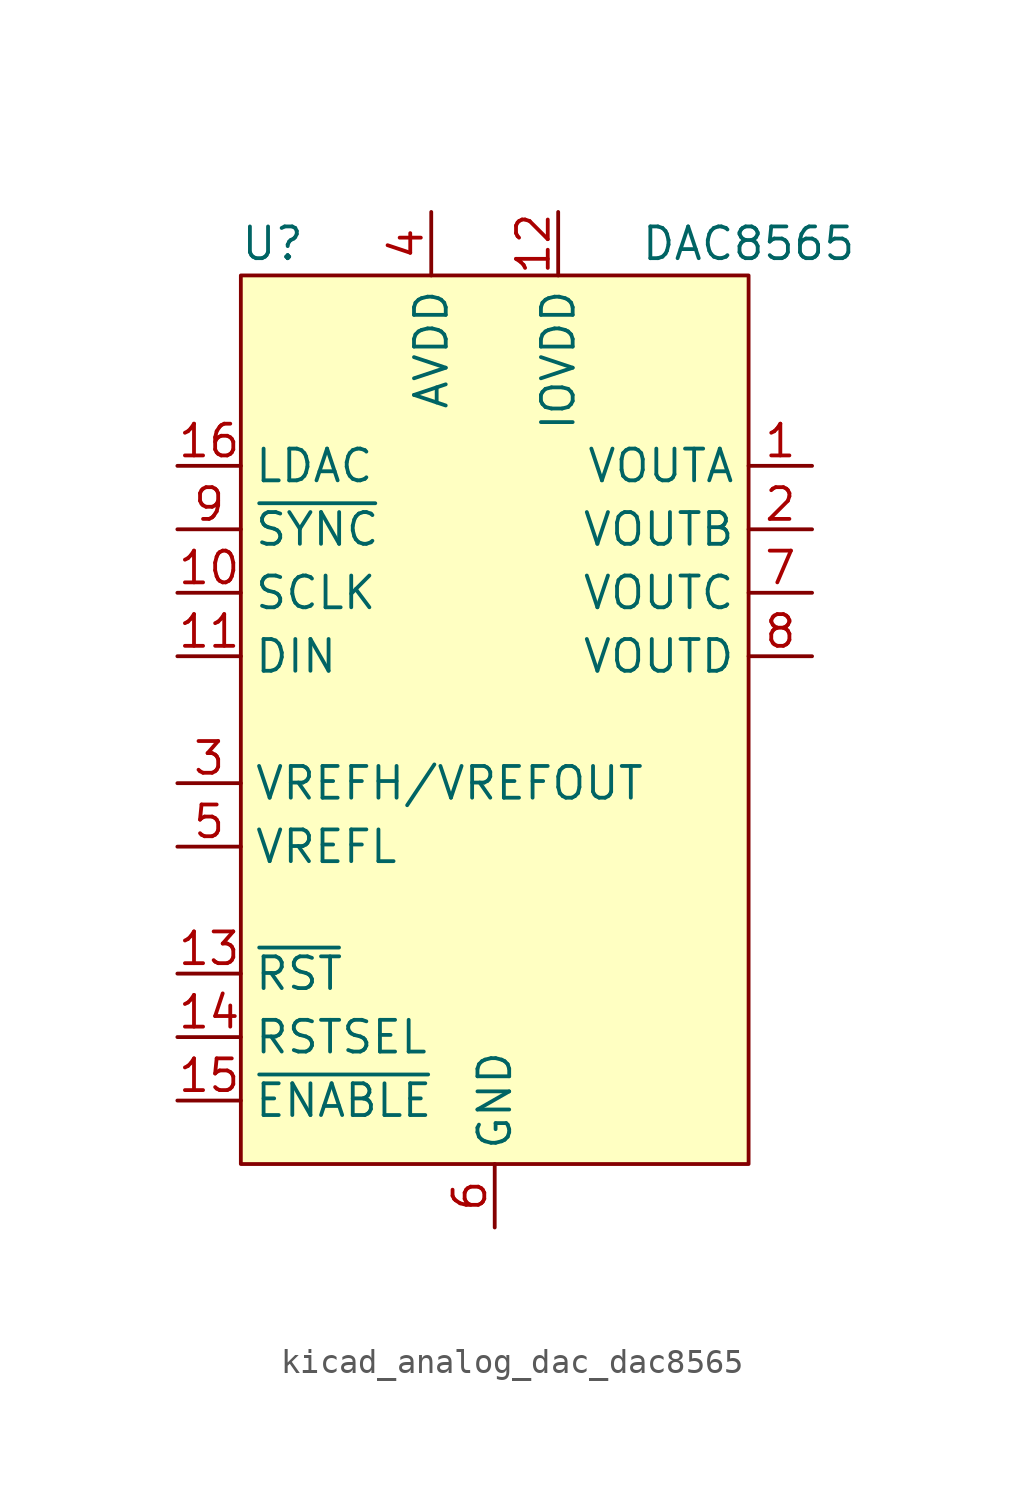
<source format=kicad_sym>
(kicad_symbol_lib
  (version 20220914)
  (generator kicad_symbol_editor)
  (symbol "kicad_analog_dac_dac8565"
    (property "Reference" "U"
      (at -8.89 21.59 0)
      (effects (font (size 1.27 1.27))))
    (property "Value" "DAC8565"
      (at 10.16 21.59 0)
      (effects (font (size 1.27 1.27))))
    (symbol "kicad_analog_dac_dac8565_0_0"
      (pin output line (at 12.7 12.7 180) (length 2.54) (name "VOUTA" (effects (font (size 1.27 1.27)))) (number "1" (effects (font (size 1.27 1.27)))))
      (pin input line (at -12.7 7.62 0) (length 2.54) (name "SCLK" (effects (font (size 1.27 1.27)))) (number "10" (effects (font (size 1.27 1.27)))))
      (pin input line (at -12.7 5.08 0) (length 2.54) (name "DIN" (effects (font (size 1.27 1.27)))) (number "11" (effects (font (size 1.27 1.27)))))
      (pin power_in line (at 2.54 22.86 270) (length 2.54) (name "IOVDD" (effects (font (size 1.27 1.27)))) (number "12" (effects (font (size 1.27 1.27)))))
      (pin input line (at -12.7 -7.62 0) (length 2.54) (name "~{RST}" (effects (font (size 1.27 1.27)))) (number "13" (effects (font (size 1.27 1.27)))))
      (pin input line (at -12.7 -10.16 0) (length 2.54) (name "RSTSEL" (effects (font (size 1.27 1.27)))) (number "14" (effects (font (size 1.27 1.27)))))
      (pin input line (at -12.7 -12.7 0) (length 2.54) (name "~{ENABLE}" (effects (font (size 1.27 1.27)))) (number "15" (effects (font (size 1.27 1.27)))))
      (pin input line (at -12.7 12.7 0) (length 2.54) (name "LDAC" (effects (font (size 1.27 1.27)))) (number "16" (effects (font (size 1.27 1.27)))))
      (pin output line (at 12.7 10.16 180) (length 2.54) (name "VOUTB" (effects (font (size 1.27 1.27)))) (number "2" (effects (font (size 1.27 1.27)))))
      (pin bidirectional line (at -12.7 0 0) (length 2.54) (name "VREFH/VREFOUT" (effects (font (size 1.27 1.27)))) (number "3" (effects (font (size 1.27 1.27)))))
      (pin power_in line (at -2.54 22.86 270) (length 2.54) (name "AVDD" (effects (font (size 1.27 1.27)))) (number "4" (effects (font (size 1.27 1.27)))))
      (pin input line (at -12.7 -2.54 0) (length 2.54) (name "VREFL" (effects (font (size 1.27 1.27)))) (number "5" (effects (font (size 1.27 1.27)))))
      (pin power_in line (at 0 -17.78 90) (length 2.54) (name "GND" (effects (font (size 1.27 1.27)))) (number "6" (effects (font (size 1.27 1.27)))))
      (pin output line (at 12.7 7.62 180) (length 2.54) (name "VOUTC" (effects (font (size 1.27 1.27)))) (number "7" (effects (font (size 1.27 1.27)))))
      (pin output line (at 12.7 5.08 180) (length 2.54) (name "VOUTD" (effects (font (size 1.27 1.27)))) (number "8" (effects (font (size 1.27 1.27)))))
      (pin input line (at -12.7 10.16 0) (length 2.54) (name "~{SYNC}" (effects (font (size 1.27 1.27)))) (number "9" (effects (font (size 1.27 1.27))))))
    (symbol "kicad_analog_dac_dac8565_0_1"
      (rectangle (start -10.16 20.32) (end 10.16 -15.24) (stroke (width 0.152) (type default)) (fill (type background))))))
</source>
